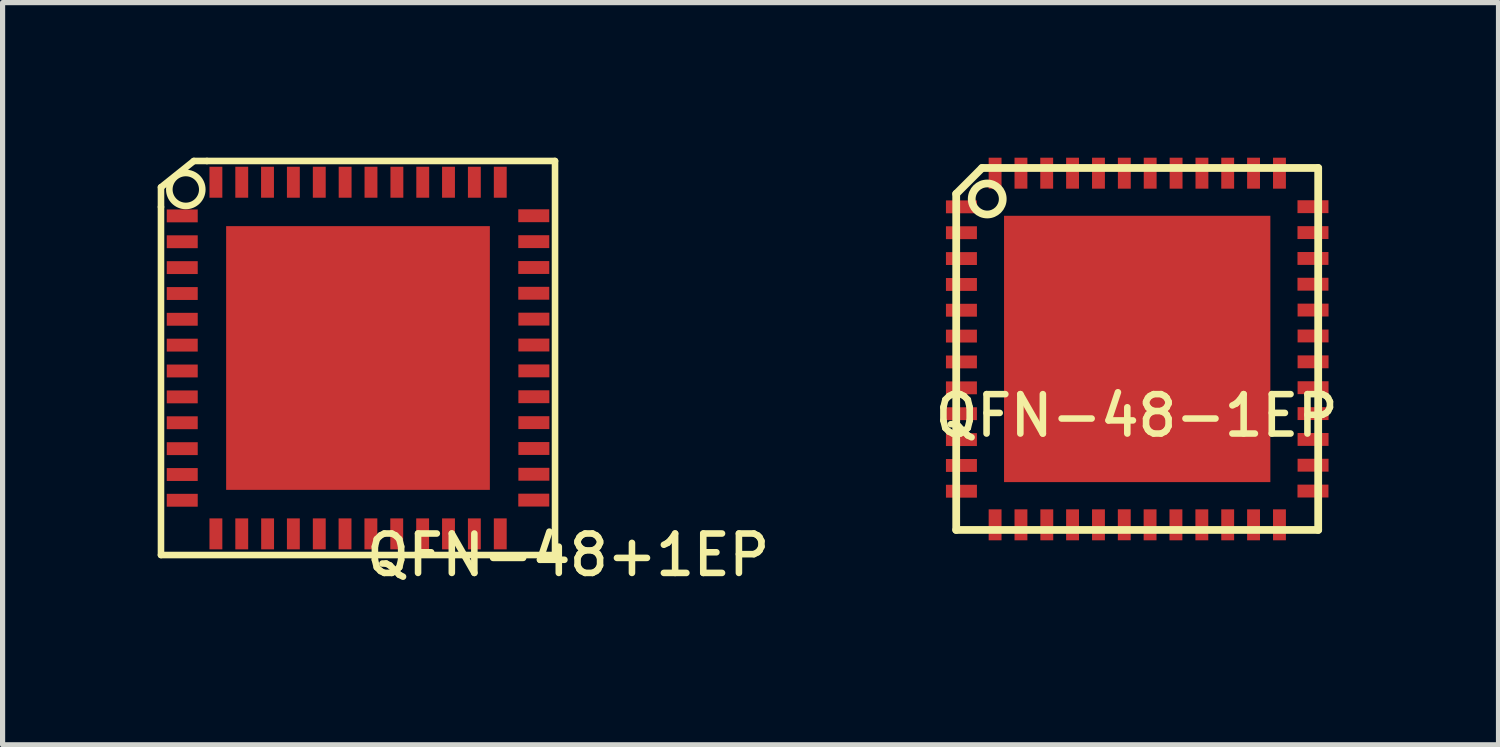
<source format=kicad_pcb>
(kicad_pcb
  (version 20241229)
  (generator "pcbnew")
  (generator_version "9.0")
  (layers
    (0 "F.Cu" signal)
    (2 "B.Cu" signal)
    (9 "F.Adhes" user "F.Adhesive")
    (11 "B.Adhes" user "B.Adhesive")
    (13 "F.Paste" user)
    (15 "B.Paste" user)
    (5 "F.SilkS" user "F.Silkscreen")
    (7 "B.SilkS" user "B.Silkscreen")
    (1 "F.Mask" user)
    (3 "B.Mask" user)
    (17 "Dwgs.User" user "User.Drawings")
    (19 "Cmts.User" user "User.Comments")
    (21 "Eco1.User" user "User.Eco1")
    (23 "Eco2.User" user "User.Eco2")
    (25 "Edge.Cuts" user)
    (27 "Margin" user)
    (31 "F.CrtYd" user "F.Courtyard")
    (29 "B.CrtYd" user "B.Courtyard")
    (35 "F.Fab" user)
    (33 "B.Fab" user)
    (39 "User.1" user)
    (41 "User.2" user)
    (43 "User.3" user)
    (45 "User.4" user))
  (footprint "QFN-48-1EP"
    (layer "F.Cu")
    (at 18.941 3.698)
    (property "Reference" "QFN-48-1EP" (at -0.01 1.29 0) (layer "F.SilkS") (effects (font (size 0.762 0.762) (thickness 0.127))))
    (attr smd)
    (fp_line (start -3.5 3.5) (end -3.5 -3) (stroke (width 0.15) (type solid)) (layer "F.SilkS"))
    (fp_line (start -3 -3.5) (end -3.5 -3) (stroke (width 0.15) (type solid)) (layer "F.SilkS"))
    (fp_line (start -3 -3.5) (end 3.5 -3.5) (stroke (width 0.15) (type solid)) (layer "F.SilkS"))
    (fp_line (start 3.5 -3.5) (end 3.5 3.5) (stroke (width 0.15) (type solid)) (layer "F.SilkS"))
    (fp_line (start 3.5 3.5) (end -3.5 3.5) (stroke (width 0.15) (type solid)) (layer "F.SilkS"))
    (fp_circle (center -2.9 -2.9) (end -2.9 -3.2) (stroke (width 0.15) (type solid)) (fill no) (layer "F.SilkS"))
    (pad "1" smd rect (at -3.399 -2.748) (size 0.599 0.249) (layers "F.Cu" "F.Mask" "F.Paste"))
    (pad "2" smd rect (at -3.399 -2.248) (size 0.599 0.249) (layers "F.Cu" "F.Mask" "F.Paste"))
    (pad "3" smd rect (at -3.399 -1.748) (size 0.599 0.249) (layers "F.Cu" "F.Mask" "F.Paste"))
    (pad "4" smd rect (at -3.399 -1.247) (size 0.599 0.249) (layers "F.Cu" "F.Mask" "F.Paste"))
    (pad "5" smd rect (at -3.399 -0.749) (size 0.599 0.249) (layers "F.Cu" "F.Mask" "F.Paste"))
    (pad "6" smd rect (at -3.399 -0.249) (size 0.599 0.249) (layers "F.Cu" "F.Mask" "F.Paste"))
    (pad "7" smd rect (at -3.399 0.251) (size 0.599 0.249) (layers "F.Cu" "F.Mask" "F.Paste"))
    (pad "8" smd rect (at -3.399 0.752) (size 0.599 0.249) (layers "F.Cu" "F.Mask" "F.Paste"))
    (pad "9" smd rect (at -3.399 1.252) (size 0.599 0.249) (layers "F.Cu" "F.Mask" "F.Paste"))
    (pad "10" smd rect (at -3.399 1.753) (size 0.599 0.249) (layers "F.Cu" "F.Mask" "F.Paste"))
    (pad "11" smd rect (at -3.399 2.253) (size 0.599 0.249) (layers "F.Cu" "F.Mask" "F.Paste"))
    (pad "12" smd rect (at -3.399 2.751) (size 0.599 0.249) (layers "F.Cu" "F.Mask" "F.Paste"))
    (pad "13" smd rect (at -2.748 3.401) (size 0.249 0.599) (layers "F.Cu" "F.Mask" "F.Paste"))
    (pad "14" smd rect (at -2.248 3.401) (size 0.249 0.599) (layers "F.Cu" "F.Mask" "F.Paste"))
    (pad "15" smd rect (at -1.748 3.401) (size 0.249 0.599) (layers "F.Cu" "F.Mask" "F.Paste"))
    (pad "16" smd rect (at -1.25 3.401) (size 0.249 0.599) (layers "F.Cu" "F.Mask" "F.Paste"))
    (pad "17" smd rect (at -0.749 3.401) (size 0.249 0.599) (layers "F.Cu" "F.Mask" "F.Paste"))
    (pad "18" smd rect (at -0.25 3.4) (size 0.249 0.599) (layers "F.Cu" "F.Mask" "F.Paste"))
    (pad "19" smd rect (at 0.249 3.401) (size 0.249 0.599) (layers "F.Cu" "F.Mask" "F.Paste"))
    (pad "20" smd rect (at 0.749 3.401) (size 0.249 0.599) (layers "F.Cu" "F.Mask" "F.Paste"))
    (pad "21" smd rect (at 1.25 3.401) (size 0.249 0.599) (layers "F.Cu" "F.Mask" "F.Paste"))
    (pad "22" smd rect (at 1.75 3.401) (size 0.249 0.599) (layers "F.Cu" "F.Mask" "F.Paste"))
    (pad "23" smd rect (at 2.25 3.401) (size 0.249 0.599) (layers "F.Cu" "F.Mask" "F.Paste"))
    (pad "24" smd rect (at 2.751 3.401) (size 0.249 0.599) (layers "F.Cu" "F.Mask" "F.Paste"))
    (pad "25" smd rect (at 3.399 2.748) (size 0.599 0.249) (layers "F.Cu" "F.Mask" "F.Paste"))
    (pad "26" smd rect (at 3.401 2.248) (size 0.599 0.249) (layers "F.Cu" "F.Mask" "F.Paste"))
    (pad "27" smd rect (at 3.401 1.75) (size 0.599 0.249) (layers "F.Cu" "F.Mask" "F.Paste"))
    (pad "28" smd rect (at 3.401 1.25) (size 0.599 0.249) (layers "F.Cu" "F.Mask" "F.Paste"))
    (pad "29" smd rect (at 3.401 0.749) (size 0.599 0.249) (layers "F.Cu" "F.Mask" "F.Paste"))
    (pad "30" smd rect (at 3.401 0.249) (size 0.599 0.249) (layers "F.Cu" "F.Mask" "F.Paste"))
    (pad "31" smd rect (at 3.401 -0.251) (size 0.599 0.249) (layers "F.Cu" "F.Mask" "F.Paste"))
    (pad "32" smd rect (at 3.401 -0.752) (size 0.599 0.249) (layers "F.Cu" "F.Mask" "F.Paste"))
    (pad "33" smd rect (at 3.399 -1.252) (size 0.599 0.249) (layers "F.Cu" "F.Mask" "F.Paste"))
    (pad "34" smd rect (at 3.399 -1.75) (size 0.599 0.249) (layers "F.Cu" "F.Mask" "F.Paste"))
    (pad "35" smd rect (at 3.399 -2.25) (size 0.599 0.249) (layers "F.Cu" "F.Mask" "F.Paste"))
    (pad "36" smd rect (at 3.399 -2.751) (size 0.599 0.249) (layers "F.Cu" "F.Mask" "F.Paste"))
    (pad "37" smd rect (at 2.751 -3.399) (size 0.249 0.599) (layers "F.Cu" "F.Mask" "F.Paste"))
    (pad "38" smd rect (at 2.25 -3.399) (size 0.249 0.599) (layers "F.Cu" "F.Mask" "F.Paste"))
    (pad "39" smd rect (at 1.75 -3.399) (size 0.249 0.599) (layers "F.Cu" "F.Mask" "F.Paste"))
    (pad "40" smd rect (at 1.252 -3.399) (size 0.249 0.599) (layers "F.Cu" "F.Mask" "F.Paste"))
    (pad "41" smd rect (at 0.752 -3.399) (size 0.249 0.599) (layers "F.Cu" "F.Mask" "F.Paste"))
    (pad "42" smd rect (at 0.251 -3.399) (size 0.249 0.599) (layers "F.Cu" "F.Mask" "F.Paste"))
    (pad "43" smd rect (at -0.249 -3.399) (size 0.249 0.599) (layers "F.Cu" "F.Mask" "F.Paste"))
    (pad "44" smd rect (at -0.749 -3.399) (size 0.249 0.599) (layers "F.Cu" "F.Mask" "F.Paste"))
    (pad "45" smd rect (at -1.25 -3.399) (size 0.249 0.599) (layers "F.Cu" "F.Mask" "F.Paste"))
    (pad "46" smd rect (at -1.75 -3.399) (size 0.249 0.599) (layers "F.Cu" "F.Mask" "F.Paste"))
    (pad "47" smd rect (at -2.248 -3.399) (size 0.249 0.599) (layers "F.Cu" "F.Mask" "F.Paste"))
    (pad "48" smd rect (at -2.748 -3.399) (size 0.249 0.599) (layers "F.Cu" "F.Mask" "F.Paste"))
    (pad "49" smd rect (at 0 0 270) (size 5.15 5.15) (layers "F.Cu" "F.Mask" "F.Paste")))
  (footprint "QFN-48+1EP"
    (layer "F.Cu")
    (at 3.873 3.873)
    (property "Reference" "QFN-48+1EP" (at 4.064 3.81 0) (layer "F.SilkS") (effects (font (size 0.762 0.762) (thickness 0.127))))
    (attr smd)
    (fp_line (start -3.81 -3.302) (end -3.81 -2.921) (stroke (width 0.127) (type solid)) (layer "F.SilkS"))
    (fp_line (start -3.81 3.81) (end -3.81 -2.921) (stroke (width 0.127) (type solid)) (layer "F.SilkS"))
    (fp_line (start -3.175 -3.81) (end -3.81 -3.302) (stroke (width 0.127) (type solid)) (layer "F.SilkS"))
    (fp_line (start -2.921 -3.81) (end -3.175 -3.81) (stroke (width 0.127) (type solid)) (layer "F.SilkS"))
    (fp_line (start -2.921 -3.81) (end 3.81 -3.81) (stroke (width 0.127) (type solid)) (layer "F.SilkS"))
    (fp_line (start 3.81 -3.81) (end 3.81 3.81) (stroke (width 0.127) (type solid)) (layer "F.SilkS"))
    (fp_line (start 3.81 3.81) (end -3.81 3.81) (stroke (width 0.127) (type solid)) (layer "F.SilkS"))
    (fp_circle (center -3.33 -3.259) (end -3.432 -3.561) (stroke (width 0.127) (type solid)) (fill no) (layer "F.SilkS"))
    (pad "1" smd rect (at -3.399 -2.748) (size 0.599 0.249) (layers "F.Cu" "F.Mask" "F.Paste"))
    (pad "2" smd rect (at -3.399 -2.248) (size 0.599 0.249) (layers "F.Cu" "F.Mask" "F.Paste"))
    (pad "3" smd rect (at -3.399 -1.748) (size 0.599 0.249) (layers "F.Cu" "F.Mask" "F.Paste"))
    (pad "4" smd rect (at -3.399 -1.247) (size 0.599 0.249) (layers "F.Cu" "F.Mask" "F.Paste"))
    (pad "5" smd rect (at -3.399 -0.749) (size 0.599 0.249) (layers "F.Cu" "F.Mask" "F.Paste"))
    (pad "6" smd rect (at -3.399 -0.249) (size 0.599 0.249) (layers "F.Cu" "F.Mask" "F.Paste"))
    (pad "7" smd rect (at -3.399 0.251) (size 0.599 0.249) (layers "F.Cu" "F.Mask" "F.Paste"))
    (pad "8" smd rect (at -3.399 0.752) (size 0.599 0.249) (layers "F.Cu" "F.Mask" "F.Paste"))
    (pad "9" smd rect (at -3.399 1.252) (size 0.599 0.249) (layers "F.Cu" "F.Mask" "F.Paste"))
    (pad "10" smd rect (at -3.399 1.753) (size 0.599 0.249) (layers "F.Cu" "F.Mask" "F.Paste"))
    (pad "11" smd rect (at -3.399 2.253) (size 0.599 0.249) (layers "F.Cu" "F.Mask" "F.Paste"))
    (pad "12" smd rect (at -3.399 2.751) (size 0.599 0.249) (layers "F.Cu" "F.Mask" "F.Paste"))
    (pad "13" smd rect (at -2.748 3.401) (size 0.249 0.599) (layers "F.Cu" "F.Mask" "F.Paste"))
    (pad "14" smd rect (at -2.248 3.401) (size 0.249 0.599) (layers "F.Cu" "F.Mask" "F.Paste"))
    (pad "15" smd rect (at -1.748 3.401) (size 0.249 0.599) (layers "F.Cu" "F.Mask" "F.Paste"))
    (pad "16" smd rect (at -1.25 3.401) (size 0.249 0.599) (layers "F.Cu" "F.Mask" "F.Paste"))
    (pad "17" smd rect (at -0.749 3.401) (size 0.249 0.599) (layers "F.Cu" "F.Mask" "F.Paste"))
    (pad "18" smd rect (at -0.251 3.401) (size 0.249 0.599) (layers "F.Cu" "F.Mask" "F.Paste"))
    (pad "19" smd rect (at 0.249 3.401) (size 0.249 0.599) (layers "F.Cu" "F.Mask" "F.Paste"))
    (pad "20" smd rect (at 0.749 3.401) (size 0.249 0.599) (layers "F.Cu" "F.Mask" "F.Paste"))
    (pad "21" smd rect (at 1.25 3.401) (size 0.249 0.599) (layers "F.Cu" "F.Mask" "F.Paste"))
    (pad "22" smd rect (at 1.75 3.401) (size 0.249 0.599) (layers "F.Cu" "F.Mask" "F.Paste"))
    (pad "23" smd rect (at 2.25 3.401) (size 0.249 0.599) (layers "F.Cu" "F.Mask" "F.Paste"))
    (pad "24" smd rect (at 2.751 3.401) (size 0.249 0.599) (layers "F.Cu" "F.Mask" "F.Paste"))
    (pad "25" smd rect (at 3.399 2.748) (size 0.599 0.249) (layers "F.Cu" "F.Mask" "F.Paste"))
    (pad "26" smd rect (at 3.401 2.248) (size 0.599 0.249) (layers "F.Cu" "F.Mask" "F.Paste"))
    (pad "27" smd rect (at 3.401 1.75) (size 0.599 0.249) (layers "F.Cu" "F.Mask" "F.Paste"))
    (pad "28" smd rect (at 3.401 1.25) (size 0.599 0.249) (layers "F.Cu" "F.Mask" "F.Paste"))
    (pad "29" smd rect (at 3.401 0.749) (size 0.599 0.249) (layers "F.Cu" "F.Mask" "F.Paste"))
    (pad "30" smd rect (at 3.401 0.249) (size 0.599 0.249) (layers "F.Cu" "F.Mask" "F.Paste"))
    (pad "31" smd rect (at 3.401 -0.251) (size 0.599 0.249) (layers "F.Cu" "F.Mask" "F.Paste"))
    (pad "32" smd rect (at 3.401 -0.752) (size 0.599 0.249) (layers "F.Cu" "F.Mask" "F.Paste"))
    (pad "33" smd rect (at 3.399 -1.252) (size 0.599 0.249) (layers "F.Cu" "F.Mask" "F.Paste"))
    (pad "34" smd rect (at 3.399 -1.75) (size 0.599 0.249) (layers "F.Cu" "F.Mask" "F.Paste"))
    (pad "35" smd rect (at 3.399 -2.25) (size 0.599 0.249) (layers "F.Cu" "F.Mask" "F.Paste"))
    (pad "36" smd rect (at 3.399 -2.751) (size 0.599 0.249) (layers "F.Cu" "F.Mask" "F.Paste"))
    (pad "37" smd rect (at 2.751 -3.399) (size 0.249 0.599) (layers "F.Cu" "F.Mask" "F.Paste"))
    (pad "38" smd rect (at 2.25 -3.399) (size 0.249 0.599) (layers "F.Cu" "F.Mask" "F.Paste"))
    (pad "39" smd rect (at 1.75 -3.399) (size 0.249 0.599) (layers "F.Cu" "F.Mask" "F.Paste"))
    (pad "40" smd rect (at 1.252 -3.399) (size 0.249 0.599) (layers "F.Cu" "F.Mask" "F.Paste"))
    (pad "41" smd rect (at 0.752 -3.399) (size 0.249 0.599) (layers "F.Cu" "F.Mask" "F.Paste"))
    (pad "42" smd rect (at 0.251 -3.399) (size 0.249 0.599) (layers "F.Cu" "F.Mask" "F.Paste"))
    (pad "43" smd rect (at -0.249 -3.399) (size 0.249 0.599) (layers "F.Cu" "F.Mask" "F.Paste"))
    (pad "44" smd rect (at -0.749 -3.399) (size 0.249 0.599) (layers "F.Cu" "F.Mask" "F.Paste"))
    (pad "45" smd rect (at -1.25 -3.399) (size 0.249 0.599) (layers "F.Cu" "F.Mask" "F.Paste"))
    (pad "46" smd rect (at -1.75 -3.399) (size 0.249 0.599) (layers "F.Cu" "F.Mask" "F.Paste"))
    (pad "47" smd rect (at -2.248 -3.399) (size 0.249 0.599) (layers "F.Cu" "F.Mask" "F.Paste"))
    (pad "48" smd rect (at -2.748 -3.399) (size 0.249 0.599) (layers "F.Cu" "F.Mask" "F.Paste"))
    (pad "49" smd rect (at 0 0) (size 5.1 5.1) (layers "F.Cu" "F.Mask" "F.Paste")))
  (gr_rect
    (start -3 -3)
    (end 25.928 11.352)
    (stroke (width 0.1) (type default))
    (fill no)
    (layer "Edge.Cuts")))
</source>
